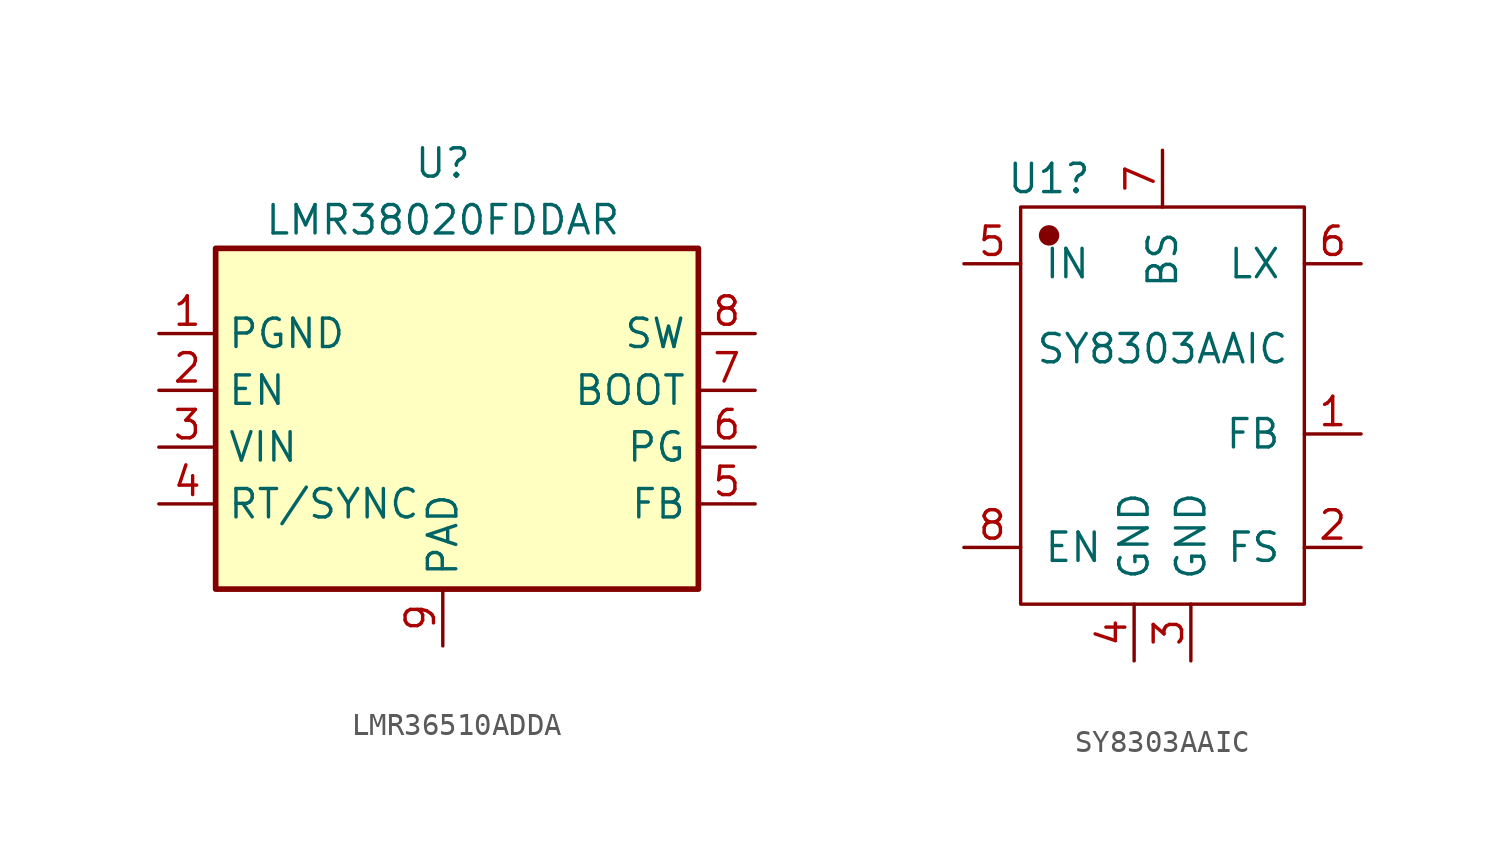
<source format=kicad_sym>
(kicad_symbol_lib
  (version 20220914)
  (generator kicad_symbol_editor)
  (symbol "LMR36510ADDA"
    (property "Reference" "U"
      (at 0 11.43 0)
      (effects (font (size 1.27 1.27))))
    (property "Value" "LMR38020FDDAR"
      (at 0 8.89 0)
      (effects (font (size 1.27 1.27))))
    (symbol "LMR36510ADDA_0_1"
      (rectangle (start -10.16 7.62) (end 11.43 -7.62) (stroke (width 0.254) (type default)) (fill (type background))))
    (symbol "LMR36510ADDA_1_1"
      (pin power_in line (at -12.7 3.81 0) (length 2.54) (name "PGND" (effects (font (size 1.27 1.27)))) (number "1" (effects (font (size 1.27 1.27)))))
      (pin passive line (at -12.7 1.27 0) (length 2.54) (name "EN" (effects (font (size 1.27 1.27)))) (number "2" (effects (font (size 1.27 1.27)))))
      (pin power_in line (at -12.7 -1.27 0) (length 2.54) (name "VIN" (effects (font (size 1.27 1.27)))) (number "3" (effects (font (size 1.27 1.27)))))
      (pin passive line (at -12.7 -3.81 0) (length 2.54) (name "RT/SYNC" (effects (font (size 1.27 1.27)))) (number "4" (effects (font (size 1.27 1.27)))))
      (pin input line (at 13.97 -3.81 180) (length 2.54) (name "FB" (effects (font (size 1.27 1.27)))) (number "5" (effects (font (size 1.27 1.27)))))
      (pin power_out line (at 13.97 -1.27 180) (length 2.54) (name "PG" (effects (font (size 1.27 1.27)))) (number "6" (effects (font (size 1.27 1.27)))))
      (pin input line (at 13.97 1.27 180) (length 2.54) (name "BOOT" (effects (font (size 1.27 1.27)))) (number "7" (effects (font (size 1.27 1.27)))))
      (pin output line (at 13.97 3.81 180) (length 2.54) (name "SW" (effects (font (size 1.27 1.27)))) (number "8" (effects (font (size 1.27 1.27)))))
      (pin power_in line (at 0 -10.16 90) (length 2.54) (name "PAD" (effects (font (size 1.27 1.27)))) (number "9" (effects (font (size 1.27 1.27)))))))
  (symbol "SY8303AAIC"
    (pin_names
      (offset 1.016))
    (property "Reference" "U1"
      (at -5.08 10.16 0)
      (effects (font (size 1.27 1.27))))
    (property "Value" "SY8303AAIC"
      (at 0 2.54 0)
      (effects (font (size 1.27 1.27))))
    (symbol "SY8303AAIC_1_1"
      (rectangle (start -6.35 8.89) (end 6.35 -8.89) (stroke (width 0.152) (type default)) (fill (type none)))
      (circle (center -5.08 7.62) (radius 0.381) (stroke (width 0.152) (type default)) (fill (type outline)))
      (pin input line (at 8.89 -1.27 180) (length 2.54) (name "FB" (effects (font (size 1.27 1.27)))) (number "1" (effects (font (size 1.27 1.27)))))
      (pin input line (at 8.89 -6.35 180) (length 2.54) (name "FS" (effects (font (size 1.27 1.27)))) (number "2" (effects (font (size 1.27 1.27)))))
      (pin input line (at 1.27 -11.43 90) (length 2.54) (name "GND" (effects (font (size 1.27 1.27)))) (number "3" (effects (font (size 1.27 1.27)))))
      (pin input line (at -1.27 -11.43 90) (length 2.54) (name "GND" (effects (font (size 1.27 1.27)))) (number "4" (effects (font (size 1.27 1.27)))))
      (pin input line (at -8.89 6.35 0) (length 2.54) (name "IN" (effects (font (size 1.27 1.27)))) (number "5" (effects (font (size 1.27 1.27)))))
      (pin input line (at 8.89 6.35 180) (length 2.54) (name "LX" (effects (font (size 1.27 1.27)))) (number "6" (effects (font (size 1.27 1.27)))))
      (pin input line (at 0 11.43 270) (length 2.54) (name "BS" (effects (font (size 1.27 1.27)))) (number "7" (effects (font (size 1.27 1.27)))))
      (pin input line (at -8.89 -6.35 0) (length 2.54) (name "EN" (effects (font (size 1.27 1.27)))) (number "8" (effects (font (size 1.27 1.27))))))))
</source>
